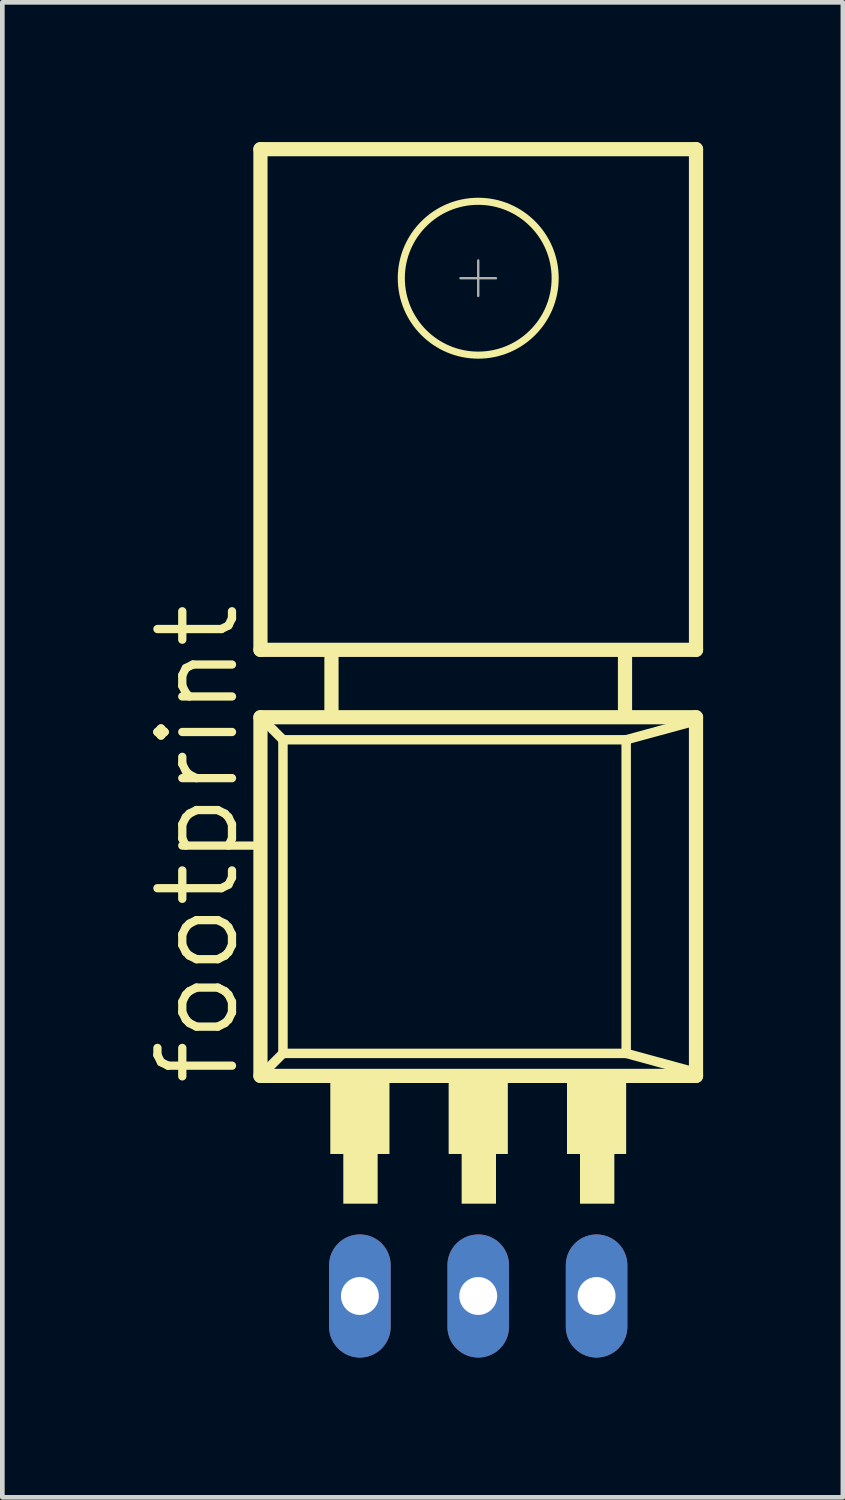
<source format=kicad_pcb>
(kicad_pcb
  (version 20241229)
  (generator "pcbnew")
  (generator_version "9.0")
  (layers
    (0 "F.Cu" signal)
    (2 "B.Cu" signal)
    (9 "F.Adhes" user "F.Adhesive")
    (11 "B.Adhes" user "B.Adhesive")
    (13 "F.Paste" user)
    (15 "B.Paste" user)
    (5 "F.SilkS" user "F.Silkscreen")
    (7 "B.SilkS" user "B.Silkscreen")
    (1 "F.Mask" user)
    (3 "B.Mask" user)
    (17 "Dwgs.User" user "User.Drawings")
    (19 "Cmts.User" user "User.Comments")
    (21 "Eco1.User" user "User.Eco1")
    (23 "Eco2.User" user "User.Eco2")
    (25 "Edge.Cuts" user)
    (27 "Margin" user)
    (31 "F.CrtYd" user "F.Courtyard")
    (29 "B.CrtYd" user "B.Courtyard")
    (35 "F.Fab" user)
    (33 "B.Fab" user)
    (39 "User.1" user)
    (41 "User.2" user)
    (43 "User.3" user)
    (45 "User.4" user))
  (footprint "footprint"
    (layer "F.Cu")
    (at 7.214 15.875)
    (property "Reference" "footprint" (at -5.08 4.445 90) (layer "F.SilkS") (effects (font (size 1.6 1.6) (thickness 0.178)) (justify left bottom)))
    (fp_line (start -4.674 -15.723) (end 4.674 -15.723) (stroke (width 0.305) (type solid)) (layer "F.SilkS"))
    (fp_line (start -4.674 -4.978) (end -4.674 -15.723) (stroke (width 0.305) (type solid)) (layer "F.SilkS"))
    (fp_line (start -4.674 -3.531) (end -4.674 4.166) (stroke (width 0.305) (type solid)) (layer "F.SilkS"))
    (fp_line (start -4.674 4.166) (end 4.674 4.166) (stroke (width 0.305) (type solid)) (layer "F.SilkS"))
    (fp_line (start -4.191 -3.048) (end -4.572 -3.429) (stroke (width 0.203) (type solid)) (layer "F.SilkS"))
    (fp_line (start -4.191 -3.048) (end 3.175 -3.048) (stroke (width 0.203) (type solid)) (layer "F.SilkS"))
    (fp_line (start -4.191 3.683) (end -4.572 4.064) (stroke (width 0.203) (type solid)) (layer "F.SilkS"))
    (fp_line (start -4.191 3.683) (end -4.191 -3.048) (stroke (width 0.203) (type solid)) (layer "F.SilkS"))
    (fp_line (start -3.15 -3.581) (end -3.15 -4.877) (stroke (width 0.305) (type solid)) (layer "F.SilkS"))
    (fp_line (start 3.15 -3.581) (end 3.15 -4.851) (stroke (width 0.305) (type solid)) (layer "F.SilkS"))
    (fp_line (start 3.175 -3.048) (end 3.175 3.683) (stroke (width 0.203) (type solid)) (layer "F.SilkS"))
    (fp_line (start 3.175 -3.048) (end 4.572 -3.429) (stroke (width 0.203) (type solid)) (layer "F.SilkS"))
    (fp_line (start 3.175 3.683) (end -4.191 3.683) (stroke (width 0.203) (type solid)) (layer "F.SilkS"))
    (fp_line (start 3.175 3.683) (end 4.572 4.064) (stroke (width 0.203) (type solid)) (layer "F.SilkS"))
    (fp_line (start 4.674 -15.723) (end 4.674 -4.978) (stroke (width 0.305) (type solid)) (layer "F.SilkS"))
    (fp_line (start 4.674 -4.978) (end -4.674 -4.978) (stroke (width 0.305) (type solid)) (layer "F.SilkS"))
    (fp_line (start 4.674 -3.531) (end -4.674 -3.531) (stroke (width 0.305) (type solid)) (layer "F.SilkS"))
    (fp_line (start 4.674 4.166) (end 4.674 -3.531) (stroke (width 0.305) (type solid)) (layer "F.SilkS"))
    (fp_circle (center 0 -12.954) (end 1.651 -12.954) (stroke (width 0.152) (type solid)) (fill no) (layer "F.SilkS"))
    (fp_poly (pts (xy -3.175 5.842) (xy -1.905 5.842) (xy -1.905 4.216) (xy -3.175 4.216)) (stroke (width 0) (type solid)) (fill yes) (layer "F.SilkS"))
    (fp_poly (pts (xy -2.896 6.909) (xy -2.159 6.909) (xy -2.159 5.41) (xy -2.896 5.41)) (stroke (width 0) (type solid)) (fill yes) (layer "F.SilkS"))
    (fp_poly (pts (xy -0.635 5.842) (xy 0.635 5.842) (xy 0.635 4.216) (xy -0.635 4.216)) (stroke (width 0) (type solid)) (fill yes) (layer "F.SilkS"))
    (fp_poly (pts (xy -0.356 6.909) (xy 0.381 6.909) (xy 0.381 5.41) (xy -0.356 5.41)) (stroke (width 0) (type solid)) (fill yes) (layer "F.SilkS"))
    (fp_poly (pts (xy 1.905 5.842) (xy 3.175 5.842) (xy 3.175 4.216) (xy 1.905 4.216)) (stroke (width 0) (type solid)) (fill yes) (layer "F.SilkS"))
    (fp_poly (pts (xy 2.184 6.909) (xy 2.921 6.909) (xy 2.921 5.41) (xy 2.184 5.41)) (stroke (width 0) (type solid)) (fill yes) (layer "F.SilkS"))
    (fp_line (start -0.381 -12.954) (end 0.381 -12.954) (stroke (width 0.051) (type solid)) (layer "F.Fab"))
    (fp_line (start 0 -13.335) (end 0 -12.573) (stroke (width 0.051) (type solid)) (layer "F.Fab"))
    (pad "1" thru_hole oval (at -2.54 8.89 90) (size 2.642 1.321) (drill 0.813) (layers "*.Cu" "*.Mask"))
    (pad "2" thru_hole oval (at 0 8.89 90) (size 2.642 1.321) (drill 0.813) (layers "*.Cu" "*.Mask"))
    (pad "3" thru_hole oval (at 2.54 8.89 90) (size 2.642 1.321) (drill 0.813) (layers "*.Cu" "*.Mask")))
  (gr_rect
    (start -3 -3)
    (end 15.04 29.086)
    (stroke (width 0.1) (type default))
    (fill no)
    (layer "Edge.Cuts")))
</source>
